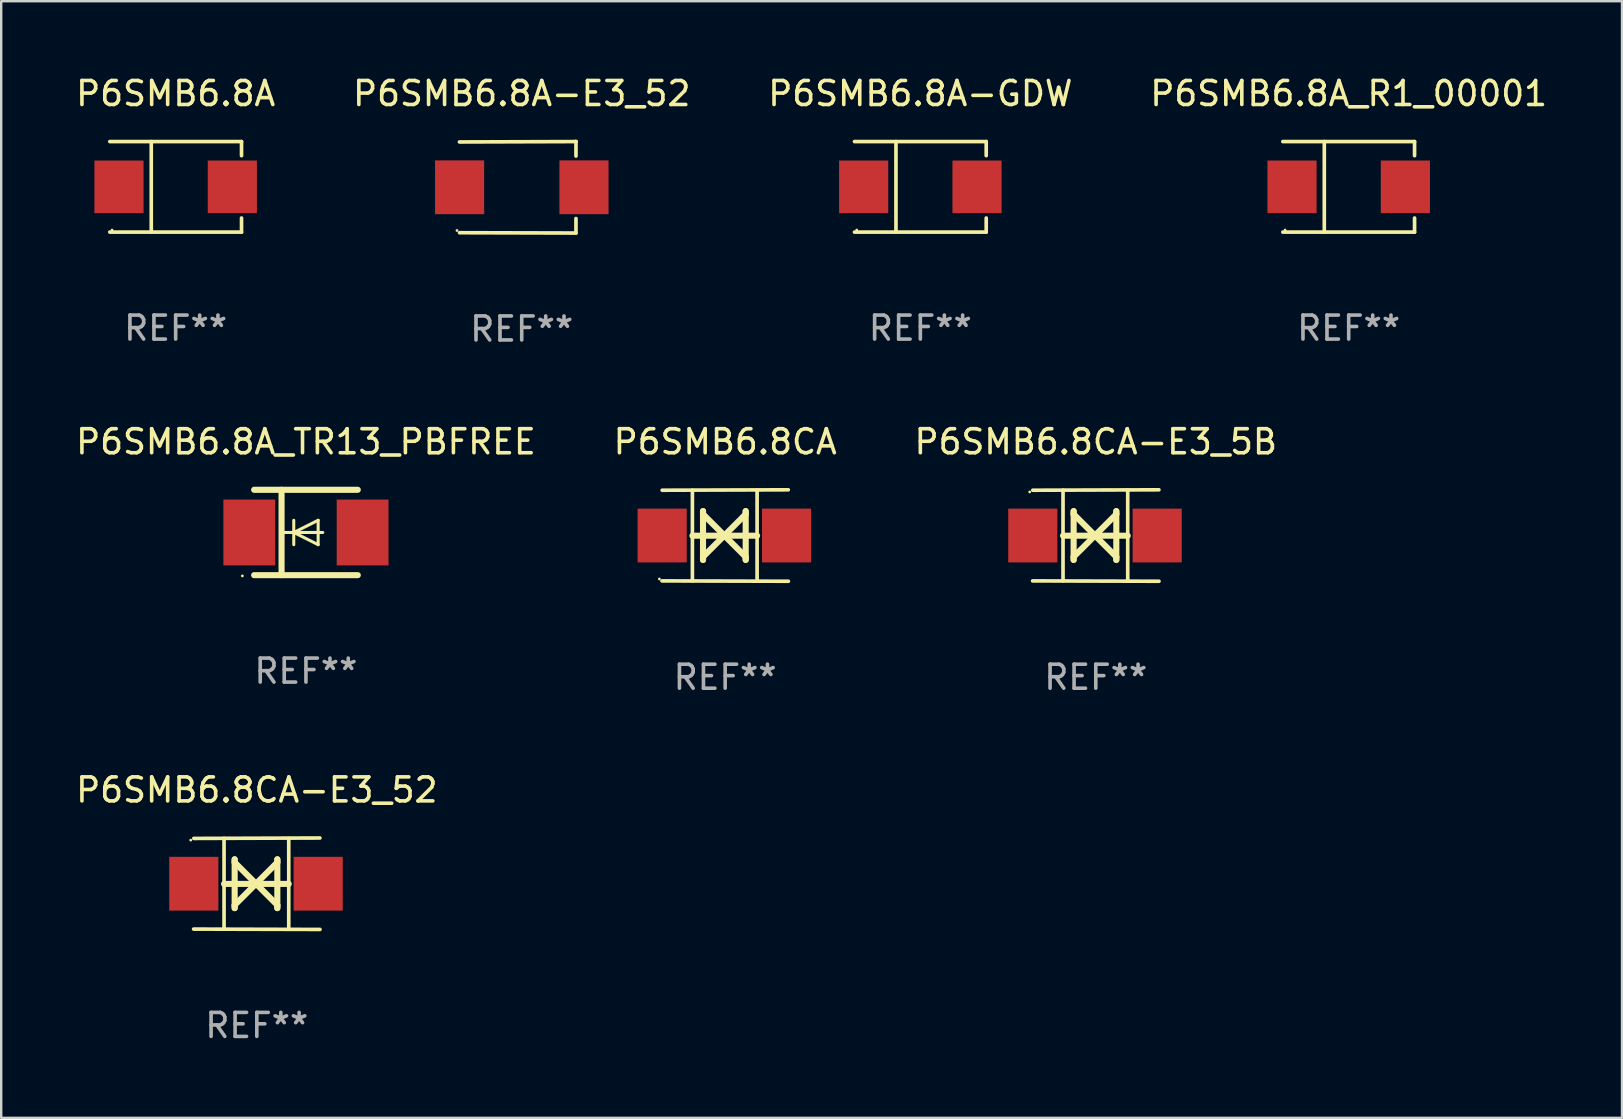
<source format=kicad_pcb>
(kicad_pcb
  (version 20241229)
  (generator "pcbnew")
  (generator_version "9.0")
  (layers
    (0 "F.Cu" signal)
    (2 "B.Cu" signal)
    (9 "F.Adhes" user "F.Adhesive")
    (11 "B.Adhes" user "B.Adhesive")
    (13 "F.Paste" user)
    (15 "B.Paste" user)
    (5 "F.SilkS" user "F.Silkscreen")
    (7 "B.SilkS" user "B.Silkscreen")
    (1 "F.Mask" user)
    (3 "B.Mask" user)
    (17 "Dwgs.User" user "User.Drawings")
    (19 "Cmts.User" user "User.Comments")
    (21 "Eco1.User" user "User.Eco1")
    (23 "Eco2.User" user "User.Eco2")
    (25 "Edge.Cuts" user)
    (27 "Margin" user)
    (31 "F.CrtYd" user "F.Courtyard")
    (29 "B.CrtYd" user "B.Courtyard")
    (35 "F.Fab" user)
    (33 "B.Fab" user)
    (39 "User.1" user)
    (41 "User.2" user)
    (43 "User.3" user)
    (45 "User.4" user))
  (footprint "P6SMB6.8A-GDW"
    (layer "F.Cu")
    (at 35.292 4.734)
    (property "Reference" "P6SMB6.8A-GDW" (at 0 -3.886 0) (layer "F.SilkS") (effects (font (size 1 1) (thickness 0.15))))
    (attr through_hole)
    (fp_line (start -2.744 -1.886) (end 2.744 -1.886) (stroke (width 0.152) (type solid)) (layer "F.SilkS"))
    (fp_line (start -2.744 1.886) (end 2.744 1.886) (stroke (width 0.152) (type solid)) (layer "F.SilkS"))
    (fp_line (start -1.016 -1.886) (end -1.016 1.886) (stroke (width 0.152) (type solid)) (layer "F.SilkS"))
    (fp_line (start 2.744 -1.886) (end 2.744 -1.299) (stroke (width 0.152) (type solid)) (layer "F.SilkS"))
    (fp_line (start 2.744 1.886) (end 2.744 1.299) (stroke (width 0.152) (type solid)) (layer "F.SilkS"))
    (fp_circle (center -2.65 1.8) (end -2.62 1.8) (stroke (width 0.06) (type solid)) (fill no) (layer "F.SilkS"))
    (fp_text user "REF**" (at 0 5.886 0) (layer "F.Fab") (effects (font (size 1 1) (thickness 0.15))))
    (pad "1" smd rect (at -2.361 0) (size 2.047 2.192) (layers "F.Cu" "F.Mask" "F.Paste"))
    (pad "2" smd rect (at 2.361 0) (size 2.047 2.192) (layers "F.Cu" "F.Mask" "F.Paste")))
  (footprint "P6SMB6.8A_TR13_PBFREE"
    (layer "F.Cu")
    (at 9.696 19.133)
    (property "Reference" "P6SMB6.8A_TR13_PBFREE" (at 0 -3.778 0) (layer "F.SilkS") (effects (font (size 1 1) (thickness 0.15))))
    (attr through_hole)
    (fp_line (start -2.159 -1.778) (end 2.159 -1.778) (stroke (width 0.254) (type solid)) (layer "F.SilkS"))
    (fp_line (start -1.016 -1.778) (end -1.016 1.778) (stroke (width 0.254) (type solid)) (layer "F.SilkS"))
    (fp_line (start -0.508 -0.000064) (end 0.508 0.508) (stroke (width 0.127) (type solid)) (layer "F.SilkS"))
    (fp_line (start -0.508 0.508) (end -0.508 -0.508) (stroke (width 0.127) (type solid)) (layer "F.SilkS"))
    (fp_line (start 0.508 -0.508) (end -0.508 -0.000064) (stroke (width 0.127) (type solid)) (layer "F.SilkS"))
    (fp_line (start 0.508 0.508) (end 0.508 -0.508) (stroke (width 0.127) (type solid)) (layer "F.SilkS"))
    (fp_line (start 0.7 -0.000064) (end -1.016 -0.000064) (stroke (width 0.127) (type solid)) (layer "F.SilkS"))
    (fp_line (start 2.159 1.778) (end -2.159 1.778) (stroke (width 0.254) (type solid)) (layer "F.SilkS"))
    (fp_circle (center -2.65 1.81) (end -2.62 1.81) (stroke (width 0.06) (type solid)) (fill no) (layer "F.SilkS"))
    (fp_text user "REF**" (at 0 5.778 0) (layer "F.Fab") (effects (font (size 1 1) (thickness 0.15))))
    (pad "1" smd rect (at -2.36 0.000038) (size 2.159 2.743) (layers "F.Cu" "F.Mask" "F.Paste"))
    (pad "2" smd rect (at 2.36 0.000038) (size 2.159 2.743) (layers "F.Cu" "F.Mask" "F.Paste")))
  (footprint "P6SMB6.8A"
    (layer "F.Cu")
    (at 4.268 4.734)
    (property "Reference" "P6SMB6.8A" (at 0 -3.886 0) (layer "F.SilkS") (effects (font (size 1 1) (thickness 0.15))))
    (attr through_hole)
    (fp_line (start -2.744 -1.886) (end 2.744 -1.886) (stroke (width 0.152) (type solid)) (layer "F.SilkS"))
    (fp_line (start -2.744 1.886) (end 2.744 1.886) (stroke (width 0.152) (type solid)) (layer "F.SilkS"))
    (fp_line (start -1.016 -1.886) (end -1.016 1.886) (stroke (width 0.152) (type solid)) (layer "F.SilkS"))
    (fp_line (start 2.744 -1.886) (end 2.744 -1.299) (stroke (width 0.152) (type solid)) (layer "F.SilkS"))
    (fp_line (start 2.744 1.886) (end 2.744 1.299) (stroke (width 0.152) (type solid)) (layer "F.SilkS"))
    (fp_circle (center -2.65 1.8) (end -2.62 1.8) (stroke (width 0.06) (type solid)) (fill no) (layer "F.SilkS"))
    (fp_text user "REF**" (at 0 5.886 0) (layer "F.Fab") (effects (font (size 1 1) (thickness 0.15))))
    (pad "1" smd rect (at -2.361 0) (size 2.047 2.192) (layers "F.Cu" "F.Mask" "F.Paste"))
    (pad "2" smd rect (at 2.361 0) (size 2.047 2.192) (layers "F.Cu" "F.Mask" "F.Paste")))
  (footprint "P6SMB6.8CA-E3_52"
    (layer "F.Cu")
    (at 7.649 33.766)
    (property "Reference" "P6SMB6.8CA-E3_52" (at 0 -3.905 0) (layer "F.SilkS") (effects (font (size 1 1) (thickness 0.15))))
    (attr through_hole)
    (fp_line (start -1.365 1.886) (end -1.365 -1.886) (stroke (width 0.152) (type solid)) (layer "F.SilkS"))
    (fp_line (start -1.365 0.008) (end 1.33 0.008) (stroke (width 0.254) (type solid)) (layer "F.SilkS"))
    (fp_line (start -0.923 -1.016) (end -0.923 1.016) (stroke (width 0.254) (type solid)) (layer "F.SilkS"))
    (fp_line (start -0.923 -0.889) (end -0.923 -1.016) (stroke (width 0.254) (type solid)) (layer "F.SilkS"))
    (fp_line (start -0.923 0.889) (end -0.034 0) (stroke (width 0.254) (type solid)) (layer "F.SilkS"))
    (fp_line (start -0.923 1.016) (end -0.923 0.889) (stroke (width 0.254) (type solid)) (layer "F.SilkS"))
    (fp_line (start -0.034 0) (end -0.923 -0.889) (stroke (width 0.254) (type solid)) (layer "F.SilkS"))
    (fp_line (start -0.034 0) (end 0.855 0.889) (stroke (width 0.254) (type solid)) (layer "F.SilkS"))
    (fp_line (start 0.855 -1.016) (end 0.855 -0.889) (stroke (width 0.254) (type solid)) (layer "F.SilkS"))
    (fp_line (start 0.855 -0.889) (end -0.034 0) (stroke (width 0.254) (type solid)) (layer "F.SilkS"))
    (fp_line (start 0.855 0.889) (end 0.855 1.016) (stroke (width 0.254) (type solid)) (layer "F.SilkS"))
    (fp_line (start 0.855 1.016) (end 0.855 -1.016) (stroke (width 0.254) (type solid)) (layer "F.SilkS"))
    (fp_line (start 1.33 1.886) (end 1.33 -1.886) (stroke (width 0.152) (type solid)) (layer "F.SilkS"))
    (fp_line (start 2.629 -1.905) (end -2.625 -1.887) (stroke (width 0.152) (type solid)) (layer "F.SilkS"))
    (fp_line (start 2.633 1.905) (end -2.633 1.89) (stroke (width 0.152) (type solid)) (layer "F.SilkS"))
    (fp_circle (center -2.753 -1.816) (end -2.723 -1.816) (stroke (width 0.06) (type solid)) (fill no) (layer "F.SilkS"))
    (fp_text user "REF**" (at 0 5.905 0) (layer "F.Fab") (effects (font (size 1 1) (thickness 0.15))))
    (pad "1" smd rect (at -2.625 0) (size 2.047 2.241) (layers "F.Cu" "F.Mask" "F.Paste"))
    (pad "2" smd rect (at 2.557 0) (size 2.047 2.241) (layers "F.Cu" "F.Mask" "F.Paste")))
  (footprint "P6SMB6.8A_R1_00001"
    (layer "F.Cu")
    (at 53.137 4.734)
    (property "Reference" "P6SMB6.8A_R1_00001" (at 0 -3.886 0) (layer "F.SilkS") (effects (font (size 1 1) (thickness 0.15))))
    (attr through_hole)
    (fp_line (start -2.744 -1.886) (end 2.744 -1.886) (stroke (width 0.152) (type solid)) (layer "F.SilkS"))
    (fp_line (start -2.744 1.886) (end 2.744 1.886) (stroke (width 0.152) (type solid)) (layer "F.SilkS"))
    (fp_line (start -1.016 -1.886) (end -1.016 1.886) (stroke (width 0.152) (type solid)) (layer "F.SilkS"))
    (fp_line (start 2.744 -1.886) (end 2.744 -1.299) (stroke (width 0.152) (type solid)) (layer "F.SilkS"))
    (fp_line (start 2.744 1.886) (end 2.744 1.299) (stroke (width 0.152) (type solid)) (layer "F.SilkS"))
    (fp_circle (center -2.65 1.8) (end -2.62 1.8) (stroke (width 0.06) (type solid)) (fill no) (layer "F.SilkS"))
    (fp_text user "REF**" (at 0 5.886 0) (layer "F.Fab") (effects (font (size 1 1) (thickness 0.15))))
    (pad "1" smd rect (at -2.361 0) (size 2.047 2.192) (layers "F.Cu" "F.Mask" "F.Paste"))
    (pad "2" smd rect (at 2.361 0) (size 2.047 2.192) (layers "F.Cu" "F.Mask" "F.Paste")))
  (footprint "P6SMB6.8A-E3_52"
    (layer "F.Cu")
    (at 18.685 4.753)
    (property "Reference" "P6SMB6.8A-E3_52" (at 0 -3.905 0) (layer "F.SilkS") (effects (font (size 1 1) (thickness 0.15))))
    (attr through_hole)
    (fp_line (start 2.256 -1.905) (end -2.594 -1.889) (stroke (width 0.152) (type solid)) (layer "F.SilkS"))
    (fp_line (start 2.256 -1.905) (end 2.26 -1.905) (stroke (width 0.152) (type solid)) (layer "F.SilkS"))
    (fp_line (start 2.26 -1.905) (end 2.26 -1.301) (stroke (width 0.152) (type solid)) (layer "F.SilkS"))
    (fp_line (start 2.26 1.301) (end 2.26 1.905) (stroke (width 0.152) (type solid)) (layer "F.SilkS"))
    (fp_line (start 2.26 1.905) (end -2.59 1.892) (stroke (width 0.152) (type solid)) (layer "F.SilkS"))
    (fp_circle (center -2.697 1.8) (end -2.667 1.8) (stroke (width 0.06) (type solid)) (fill no) (layer "F.SilkS"))
    (fp_text user "REF**" (at 0 5.905 0) (layer "F.Fab") (effects (font (size 1 1) (thickness 0.15))))
    (pad "1" smd rect (at -2.588 0) (size 2.047 2.241) (layers "F.Cu" "F.Mask" "F.Paste"))
    (pad "2" smd rect (at 2.594 0) (size 2.047 2.241) (layers "F.Cu" "F.Mask" "F.Paste")))
  (footprint "P6SMB6.8CA-E3_5B"
    (layer "F.Cu")
    (at 42.601 19.26)
    (property "Reference" "P6SMB6.8CA-E3_5B" (at 0 -3.905 0) (layer "F.SilkS") (effects (font (size 1 1) (thickness 0.15))))
    (attr through_hole)
    (fp_line (start -1.365 1.886) (end -1.365 -1.886) (stroke (width 0.152) (type solid)) (layer "F.SilkS"))
    (fp_line (start -1.365 0.008) (end 1.33 0.008) (stroke (width 0.254) (type solid)) (layer "F.SilkS"))
    (fp_line (start -0.923 -1.016) (end -0.923 1.016) (stroke (width 0.254) (type solid)) (layer "F.SilkS"))
    (fp_line (start -0.923 -0.889) (end -0.923 -1.016) (stroke (width 0.254) (type solid)) (layer "F.SilkS"))
    (fp_line (start -0.923 0.889) (end -0.034 0) (stroke (width 0.254) (type solid)) (layer "F.SilkS"))
    (fp_line (start -0.923 1.016) (end -0.923 0.889) (stroke (width 0.254) (type solid)) (layer "F.SilkS"))
    (fp_line (start -0.034 0) (end -0.923 -0.889) (stroke (width 0.254) (type solid)) (layer "F.SilkS"))
    (fp_line (start -0.034 0) (end 0.855 0.889) (stroke (width 0.254) (type solid)) (layer "F.SilkS"))
    (fp_line (start 0.855 -1.016) (end 0.855 -0.889) (stroke (width 0.254) (type solid)) (layer "F.SilkS"))
    (fp_line (start 0.855 -0.889) (end -0.034 0) (stroke (width 0.254) (type solid)) (layer "F.SilkS"))
    (fp_line (start 0.855 0.889) (end 0.855 1.016) (stroke (width 0.254) (type solid)) (layer "F.SilkS"))
    (fp_line (start 0.855 1.016) (end 0.855 -1.016) (stroke (width 0.254) (type solid)) (layer "F.SilkS"))
    (fp_line (start 1.33 1.886) (end 1.33 -1.886) (stroke (width 0.152) (type solid)) (layer "F.SilkS"))
    (fp_line (start 2.629 -1.905) (end -2.625 -1.887) (stroke (width 0.152) (type solid)) (layer "F.SilkS"))
    (fp_line (start 2.633 1.905) (end -2.633 1.89) (stroke (width 0.152) (type solid)) (layer "F.SilkS"))
    (fp_circle (center -2.753 -1.816) (end -2.723 -1.816) (stroke (width 0.06) (type solid)) (fill no) (layer "F.SilkS"))
    (fp_text user "REF**" (at 0 5.905 0) (layer "F.Fab") (effects (font (size 1 1) (thickness 0.15))))
    (pad "1" smd rect (at -2.625 0) (size 2.047 2.241) (layers "F.Cu" "F.Mask" "F.Paste"))
    (pad "2" smd rect (at 2.557 0) (size 2.047 2.241) (layers "F.Cu" "F.Mask" "F.Paste")))
  (footprint "P6SMB6.8CA"
    (layer "F.Cu")
    (at 27.161 19.26)
    (property "Reference" "P6SMB6.8CA" (at 0 -3.905 0) (layer "F.SilkS") (effects (font (size 1 1) (thickness 0.15))))
    (attr through_hole)
    (fp_line (start -1.365 1.886) (end -1.365 -1.886) (stroke (width 0.152) (type solid)) (layer "F.SilkS"))
    (fp_line (start -1.365 0.008) (end 1.33 0.008) (stroke (width 0.254) (type solid)) (layer "F.SilkS"))
    (fp_line (start -0.923 -1.016) (end -0.923 1.016) (stroke (width 0.254) (type solid)) (layer "F.SilkS"))
    (fp_line (start -0.923 -0.889) (end -0.923 -1.016) (stroke (width 0.254) (type solid)) (layer "F.SilkS"))
    (fp_line (start -0.923 0.889) (end -0.034 0) (stroke (width 0.254) (type solid)) (layer "F.SilkS"))
    (fp_line (start -0.923 1.016) (end -0.923 0.889) (stroke (width 0.254) (type solid)) (layer "F.SilkS"))
    (fp_line (start -0.034 0) (end -0.923 -0.889) (stroke (width 0.254) (type solid)) (layer "F.SilkS"))
    (fp_line (start -0.034 0) (end 0.855 0.889) (stroke (width 0.254) (type solid)) (layer "F.SilkS"))
    (fp_line (start 0.855 -1.016) (end 0.855 -0.889) (stroke (width 0.254) (type solid)) (layer "F.SilkS"))
    (fp_line (start 0.855 -0.889) (end -0.034 0) (stroke (width 0.254) (type solid)) (layer "F.SilkS"))
    (fp_line (start 0.855 0.889) (end 0.855 1.016) (stroke (width 0.254) (type solid)) (layer "F.SilkS"))
    (fp_line (start 0.855 1.016) (end 0.855 -1.016) (stroke (width 0.254) (type solid)) (layer "F.SilkS"))
    (fp_line (start 1.33 1.886) (end 1.33 -1.886) (stroke (width 0.152) (type solid)) (layer "F.SilkS"))
    (fp_line (start 2.629 -1.905) (end -2.625 -1.887) (stroke (width 0.152) (type solid)) (layer "F.SilkS"))
    (fp_line (start 2.633 1.905) (end -2.633 1.89) (stroke (width 0.152) (type solid)) (layer "F.SilkS"))
    (fp_circle (center -2.741 1.81) (end -2.711 1.81) (stroke (width 0.06) (type solid)) (fill no) (layer "F.SilkS"))
    (fp_text user "REF**" (at 0 5.905 0) (layer "F.Fab") (effects (font (size 1 1) (thickness 0.15))))
    (pad "1" smd rect (at -2.625 0) (size 2.047 2.241) (layers "F.Cu" "F.Mask" "F.Paste"))
    (pad "2" smd rect (at 2.557 0) (size 2.047 2.241) (layers "F.Cu" "F.Mask" "F.Paste")))
  (gr_rect
    (start -3 -3)
    (end 64.524 43.52)
    (stroke (width 0.1) (type default))
    (fill no)
    (layer "Edge.Cuts")))
</source>
